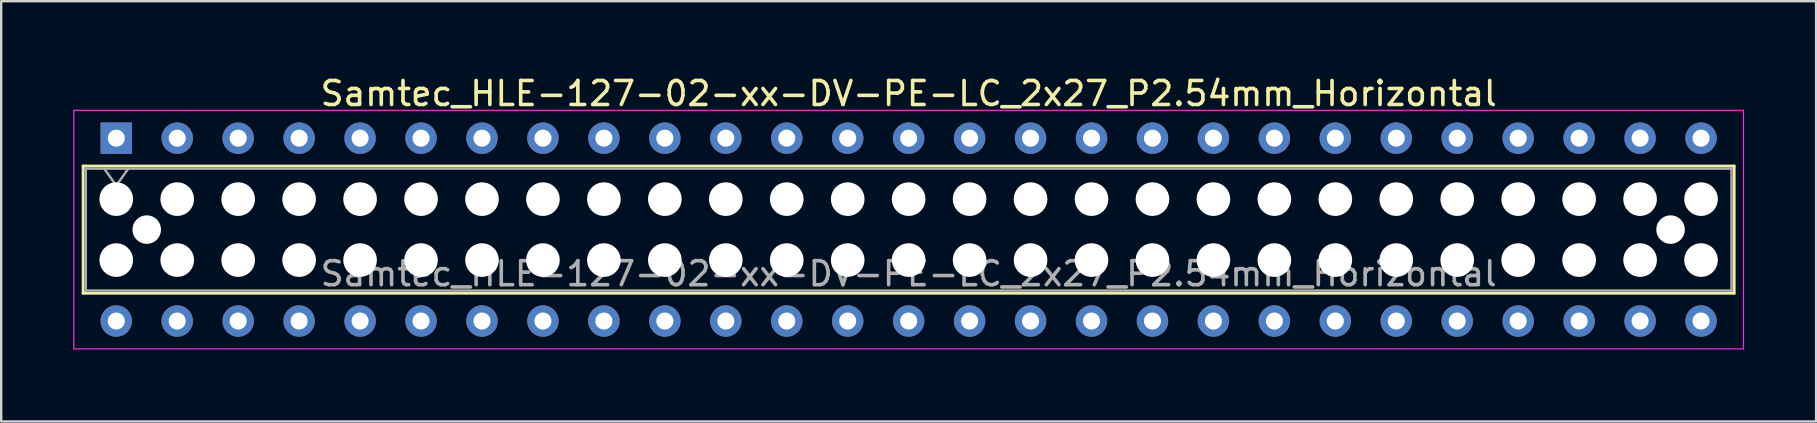
<source format=kicad_pcb>
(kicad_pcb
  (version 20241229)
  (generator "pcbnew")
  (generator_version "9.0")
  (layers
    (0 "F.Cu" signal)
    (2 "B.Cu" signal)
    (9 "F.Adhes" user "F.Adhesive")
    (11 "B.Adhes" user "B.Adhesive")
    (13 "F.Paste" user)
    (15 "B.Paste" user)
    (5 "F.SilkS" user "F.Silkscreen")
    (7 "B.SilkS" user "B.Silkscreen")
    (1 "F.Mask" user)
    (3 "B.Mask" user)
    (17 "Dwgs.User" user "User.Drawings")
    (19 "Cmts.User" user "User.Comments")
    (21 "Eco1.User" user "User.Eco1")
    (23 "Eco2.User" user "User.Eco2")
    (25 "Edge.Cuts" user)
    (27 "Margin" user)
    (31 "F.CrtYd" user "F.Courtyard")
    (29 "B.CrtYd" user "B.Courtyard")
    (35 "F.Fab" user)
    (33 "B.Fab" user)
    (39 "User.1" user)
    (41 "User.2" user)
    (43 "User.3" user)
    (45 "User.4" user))
  (footprint "Samtec_HLE-127-02-xx-DV-PE-LC_2x27_P2.54mm_Horizontal"
    (layer "F.Cu")
    (at 1.795 2.708)
    (property "Reference" "Samtec_HLE-127-02-xx-DV-PE-LC_2x27_P2.54mm_Horizontal" (at 33.02 -1.86 0) (layer "F.SilkS") (effects (font (size 1 1) (thickness 0.15))))
    (attr through_hole)
    (fp_line (start -1.38 1.16) (end 67.42 1.16) (stroke (width 0.12) (type solid)) (layer "F.SilkS"))
    (fp_line (start -1.38 6.46) (end -1.38 1.16) (stroke (width 0.12) (type solid)) (layer "F.SilkS"))
    (fp_line (start 67.42 1.16) (end 67.42 6.46) (stroke (width 0.12) (type solid)) (layer "F.SilkS"))
    (fp_line (start 67.42 6.46) (end -1.38 6.46) (stroke (width 0.12) (type solid)) (layer "F.SilkS"))
    (fp_line (start -1.77 -1.16) (end 67.81 -1.16) (stroke (width 0.05) (type solid)) (layer "F.CrtYd"))
    (fp_line (start -1.77 8.78) (end -1.77 -1.16) (stroke (width 0.05) (type solid)) (layer "F.CrtYd"))
    (fp_line (start 67.81 -1.16) (end 67.81 8.78) (stroke (width 0.05) (type solid)) (layer "F.CrtYd"))
    (fp_line (start 67.81 8.78) (end -1.77 8.78) (stroke (width 0.05) (type solid)) (layer "F.CrtYd"))
    (fp_line (start -1.27 1.27) (end 67.31 1.27) (stroke (width 0.1) (type solid)) (layer "F.Fab"))
    (fp_line (start -1.27 6.35) (end -1.27 1.27) (stroke (width 0.1) (type solid)) (layer "F.Fab"))
    (fp_line (start -0.5 1.27) (end 0 1.977) (stroke (width 0.1) (type solid)) (layer "F.Fab"))
    (fp_line (start 0 1.977) (end 0.5 1.27) (stroke (width 0.1) (type solid)) (layer "F.Fab"))
    (fp_line (start 67.31 1.27) (end 67.31 6.35) (stroke (width 0.1) (type solid)) (layer "F.Fab"))
    (fp_line (start 67.31 6.35) (end -1.27 6.35) (stroke (width 0.1) (type solid)) (layer "F.Fab"))
    (fp_text user "${REFERENCE}" (at 33.02 5.65 0) (layer "F.Fab") (effects (font (size 1 1) (thickness 0.15))))
    (pad "" np_thru_hole circle (at 0 2.54) (size 1.4 1.4) (drill 1.4) (layers "*.Cu" "*.Mask"))
    (pad "" np_thru_hole circle (at 0 5.08) (size 1.4 1.4) (drill 1.4) (layers "*.Cu" "*.Mask"))
    (pad "" np_thru_hole circle (at 1.27 3.81) (size 1.19 1.19) (drill 1.19) (layers "*.Cu" "*.Mask"))
    (pad "" np_thru_hole circle (at 2.54 2.54) (size 1.4 1.4) (drill 1.4) (layers "*.Cu" "*.Mask"))
    (pad "" np_thru_hole circle (at 2.54 5.08) (size 1.4 1.4) (drill 1.4) (layers "*.Cu" "*.Mask"))
    (pad "" np_thru_hole circle (at 5.08 2.54) (size 1.4 1.4) (drill 1.4) (layers "*.Cu" "*.Mask"))
    (pad "" np_thru_hole circle (at 5.08 5.08) (size 1.4 1.4) (drill 1.4) (layers "*.Cu" "*.Mask"))
    (pad "" np_thru_hole circle (at 7.62 2.54) (size 1.4 1.4) (drill 1.4) (layers "*.Cu" "*.Mask"))
    (pad "" np_thru_hole circle (at 7.62 5.08) (size 1.4 1.4) (drill 1.4) (layers "*.Cu" "*.Mask"))
    (pad "" np_thru_hole circle (at 10.16 2.54) (size 1.4 1.4) (drill 1.4) (layers "*.Cu" "*.Mask"))
    (pad "" np_thru_hole circle (at 10.16 5.08) (size 1.4 1.4) (drill 1.4) (layers "*.Cu" "*.Mask"))
    (pad "" np_thru_hole circle (at 12.7 2.54) (size 1.4 1.4) (drill 1.4) (layers "*.Cu" "*.Mask"))
    (pad "" np_thru_hole circle (at 12.7 5.08) (size 1.4 1.4) (drill 1.4) (layers "*.Cu" "*.Mask"))
    (pad "" np_thru_hole circle (at 15.24 2.54) (size 1.4 1.4) (drill 1.4) (layers "*.Cu" "*.Mask"))
    (pad "" np_thru_hole circle (at 15.24 5.08) (size 1.4 1.4) (drill 1.4) (layers "*.Cu" "*.Mask"))
    (pad "" np_thru_hole circle (at 17.78 2.54) (size 1.4 1.4) (drill 1.4) (layers "*.Cu" "*.Mask"))
    (pad "" np_thru_hole circle (at 17.78 5.08) (size 1.4 1.4) (drill 1.4) (layers "*.Cu" "*.Mask"))
    (pad "" np_thru_hole circle (at 20.32 2.54) (size 1.4 1.4) (drill 1.4) (layers "*.Cu" "*.Mask"))
    (pad "" np_thru_hole circle (at 20.32 5.08) (size 1.4 1.4) (drill 1.4) (layers "*.Cu" "*.Mask"))
    (pad "" np_thru_hole circle (at 22.86 2.54) (size 1.4 1.4) (drill 1.4) (layers "*.Cu" "*.Mask"))
    (pad "" np_thru_hole circle (at 22.86 5.08) (size 1.4 1.4) (drill 1.4) (layers "*.Cu" "*.Mask"))
    (pad "" np_thru_hole circle (at 25.4 2.54) (size 1.4 1.4) (drill 1.4) (layers "*.Cu" "*.Mask"))
    (pad "" np_thru_hole circle (at 25.4 5.08) (size 1.4 1.4) (drill 1.4) (layers "*.Cu" "*.Mask"))
    (pad "" np_thru_hole circle (at 27.94 2.54) (size 1.4 1.4) (drill 1.4) (layers "*.Cu" "*.Mask"))
    (pad "" np_thru_hole circle (at 27.94 5.08) (size 1.4 1.4) (drill 1.4) (layers "*.Cu" "*.Mask"))
    (pad "" np_thru_hole circle (at 30.48 2.54) (size 1.4 1.4) (drill 1.4) (layers "*.Cu" "*.Mask"))
    (pad "" np_thru_hole circle (at 30.48 5.08) (size 1.4 1.4) (drill 1.4) (layers "*.Cu" "*.Mask"))
    (pad "" np_thru_hole circle (at 33.02 2.54) (size 1.4 1.4) (drill 1.4) (layers "*.Cu" "*.Mask"))
    (pad "" np_thru_hole circle (at 33.02 5.08) (size 1.4 1.4) (drill 1.4) (layers "*.Cu" "*.Mask"))
    (pad "" np_thru_hole circle (at 35.56 2.54) (size 1.4 1.4) (drill 1.4) (layers "*.Cu" "*.Mask"))
    (pad "" np_thru_hole circle (at 35.56 5.08) (size 1.4 1.4) (drill 1.4) (layers "*.Cu" "*.Mask"))
    (pad "" np_thru_hole circle (at 38.1 2.54) (size 1.4 1.4) (drill 1.4) (layers "*.Cu" "*.Mask"))
    (pad "" np_thru_hole circle (at 38.1 5.08) (size 1.4 1.4) (drill 1.4) (layers "*.Cu" "*.Mask"))
    (pad "" np_thru_hole circle (at 40.64 2.54) (size 1.4 1.4) (drill 1.4) (layers "*.Cu" "*.Mask"))
    (pad "" np_thru_hole circle (at 40.64 5.08) (size 1.4 1.4) (drill 1.4) (layers "*.Cu" "*.Mask"))
    (pad "" np_thru_hole circle (at 43.18 2.54) (size 1.4 1.4) (drill 1.4) (layers "*.Cu" "*.Mask"))
    (pad "" np_thru_hole circle (at 43.18 5.08) (size 1.4 1.4) (drill 1.4) (layers "*.Cu" "*.Mask"))
    (pad "" np_thru_hole circle (at 45.72 2.54) (size 1.4 1.4) (drill 1.4) (layers "*.Cu" "*.Mask"))
    (pad "" np_thru_hole circle (at 45.72 5.08) (size 1.4 1.4) (drill 1.4) (layers "*.Cu" "*.Mask"))
    (pad "" np_thru_hole circle (at 48.26 2.54) (size 1.4 1.4) (drill 1.4) (layers "*.Cu" "*.Mask"))
    (pad "" np_thru_hole circle (at 48.26 5.08) (size 1.4 1.4) (drill 1.4) (layers "*.Cu" "*.Mask"))
    (pad "" np_thru_hole circle (at 50.8 2.54) (size 1.4 1.4) (drill 1.4) (layers "*.Cu" "*.Mask"))
    (pad "" np_thru_hole circle (at 50.8 5.08) (size 1.4 1.4) (drill 1.4) (layers "*.Cu" "*.Mask"))
    (pad "" np_thru_hole circle (at 53.34 2.54) (size 1.4 1.4) (drill 1.4) (layers "*.Cu" "*.Mask"))
    (pad "" np_thru_hole circle (at 53.34 5.08) (size 1.4 1.4) (drill 1.4) (layers "*.Cu" "*.Mask"))
    (pad "" np_thru_hole circle (at 55.88 2.54) (size 1.4 1.4) (drill 1.4) (layers "*.Cu" "*.Mask"))
    (pad "" np_thru_hole circle (at 55.88 5.08) (size 1.4 1.4) (drill 1.4) (layers "*.Cu" "*.Mask"))
    (pad "" np_thru_hole circle (at 58.42 2.54) (size 1.4 1.4) (drill 1.4) (layers "*.Cu" "*.Mask"))
    (pad "" np_thru_hole circle (at 58.42 5.08) (size 1.4 1.4) (drill 1.4) (layers "*.Cu" "*.Mask"))
    (pad "" np_thru_hole circle (at 60.96 2.54) (size 1.4 1.4) (drill 1.4) (layers "*.Cu" "*.Mask"))
    (pad "" np_thru_hole circle (at 60.96 5.08) (size 1.4 1.4) (drill 1.4) (layers "*.Cu" "*.Mask"))
    (pad "" np_thru_hole circle (at 63.5 2.54) (size 1.4 1.4) (drill 1.4) (layers "*.Cu" "*.Mask"))
    (pad "" np_thru_hole circle (at 63.5 5.08) (size 1.4 1.4) (drill 1.4) (layers "*.Cu" "*.Mask"))
    (pad "" np_thru_hole circle (at 64.77 3.81) (size 1.19 1.19) (drill 1.19) (layers "*.Cu" "*.Mask"))
    (pad "" np_thru_hole circle (at 66.04 2.54) (size 1.4 1.4) (drill 1.4) (layers "*.Cu" "*.Mask"))
    (pad "" np_thru_hole circle (at 66.04 5.08) (size 1.4 1.4) (drill 1.4) (layers "*.Cu" "*.Mask"))
    (pad "1" thru_hole rect (at 0 0) (size 1.31 1.31) (drill 0.71) (layers "*.Cu" "*.Mask"))
    (pad "2" thru_hole circle (at 0 7.62) (size 1.31 1.31) (drill 0.71) (layers "*.Cu" "*.Mask"))
    (pad "3" thru_hole circle (at 2.54 0) (size 1.31 1.31) (drill 0.71) (layers "*.Cu" "*.Mask"))
    (pad "4" thru_hole circle (at 2.54 7.62) (size 1.31 1.31) (drill 0.71) (layers "*.Cu" "*.Mask"))
    (pad "5" thru_hole circle (at 5.08 0) (size 1.31 1.31) (drill 0.71) (layers "*.Cu" "*.Mask"))
    (pad "6" thru_hole circle (at 5.08 7.62) (size 1.31 1.31) (drill 0.71) (layers "*.Cu" "*.Mask"))
    (pad "7" thru_hole circle (at 7.62 0) (size 1.31 1.31) (drill 0.71) (layers "*.Cu" "*.Mask"))
    (pad "8" thru_hole circle (at 7.62 7.62) (size 1.31 1.31) (drill 0.71) (layers "*.Cu" "*.Mask"))
    (pad "9" thru_hole circle (at 10.16 0) (size 1.31 1.31) (drill 0.71) (layers "*.Cu" "*.Mask"))
    (pad "10" thru_hole circle (at 10.16 7.62) (size 1.31 1.31) (drill 0.71) (layers "*.Cu" "*.Mask"))
    (pad "11" thru_hole circle (at 12.7 0) (size 1.31 1.31) (drill 0.71) (layers "*.Cu" "*.Mask"))
    (pad "12" thru_hole circle (at 12.7 7.62) (size 1.31 1.31) (drill 0.71) (layers "*.Cu" "*.Mask"))
    (pad "13" thru_hole circle (at 15.24 0) (size 1.31 1.31) (drill 0.71) (layers "*.Cu" "*.Mask"))
    (pad "14" thru_hole circle (at 15.24 7.62) (size 1.31 1.31) (drill 0.71) (layers "*.Cu" "*.Mask"))
    (pad "15" thru_hole circle (at 17.78 0) (size 1.31 1.31) (drill 0.71) (layers "*.Cu" "*.Mask"))
    (pad "16" thru_hole circle (at 17.78 7.62) (size 1.31 1.31) (drill 0.71) (layers "*.Cu" "*.Mask"))
    (pad "17" thru_hole circle (at 20.32 0) (size 1.31 1.31) (drill 0.71) (layers "*.Cu" "*.Mask"))
    (pad "18" thru_hole circle (at 20.32 7.62) (size 1.31 1.31) (drill 0.71) (layers "*.Cu" "*.Mask"))
    (pad "19" thru_hole circle (at 22.86 0) (size 1.31 1.31) (drill 0.71) (layers "*.Cu" "*.Mask"))
    (pad "20" thru_hole circle (at 22.86 7.62) (size 1.31 1.31) (drill 0.71) (layers "*.Cu" "*.Mask"))
    (pad "21" thru_hole circle (at 25.4 0) (size 1.31 1.31) (drill 0.71) (layers "*.Cu" "*.Mask"))
    (pad "22" thru_hole circle (at 25.4 7.62) (size 1.31 1.31) (drill 0.71) (layers "*.Cu" "*.Mask"))
    (pad "23" thru_hole circle (at 27.94 0) (size 1.31 1.31) (drill 0.71) (layers "*.Cu" "*.Mask"))
    (pad "24" thru_hole circle (at 27.94 7.62) (size 1.31 1.31) (drill 0.71) (layers "*.Cu" "*.Mask"))
    (pad "25" thru_hole circle (at 30.48 0) (size 1.31 1.31) (drill 0.71) (layers "*.Cu" "*.Mask"))
    (pad "26" thru_hole circle (at 30.48 7.62) (size 1.31 1.31) (drill 0.71) (layers "*.Cu" "*.Mask"))
    (pad "27" thru_hole circle (at 33.02 0) (size 1.31 1.31) (drill 0.71) (layers "*.Cu" "*.Mask"))
    (pad "28" thru_hole circle (at 33.02 7.62) (size 1.31 1.31) (drill 0.71) (layers "*.Cu" "*.Mask"))
    (pad "29" thru_hole circle (at 35.56 0) (size 1.31 1.31) (drill 0.71) (layers "*.Cu" "*.Mask"))
    (pad "30" thru_hole circle (at 35.56 7.62) (size 1.31 1.31) (drill 0.71) (layers "*.Cu" "*.Mask"))
    (pad "31" thru_hole circle (at 38.1 0) (size 1.31 1.31) (drill 0.71) (layers "*.Cu" "*.Mask"))
    (pad "32" thru_hole circle (at 38.1 7.62) (size 1.31 1.31) (drill 0.71) (layers "*.Cu" "*.Mask"))
    (pad "33" thru_hole circle (at 40.64 0) (size 1.31 1.31) (drill 0.71) (layers "*.Cu" "*.Mask"))
    (pad "34" thru_hole circle (at 40.64 7.62) (size 1.31 1.31) (drill 0.71) (layers "*.Cu" "*.Mask"))
    (pad "35" thru_hole circle (at 43.18 0) (size 1.31 1.31) (drill 0.71) (layers "*.Cu" "*.Mask"))
    (pad "36" thru_hole circle (at 43.18 7.62) (size 1.31 1.31) (drill 0.71) (layers "*.Cu" "*.Mask"))
    (pad "37" thru_hole circle (at 45.72 0) (size 1.31 1.31) (drill 0.71) (layers "*.Cu" "*.Mask"))
    (pad "38" thru_hole circle (at 45.72 7.62) (size 1.31 1.31) (drill 0.71) (layers "*.Cu" "*.Mask"))
    (pad "39" thru_hole circle (at 48.26 0) (size 1.31 1.31) (drill 0.71) (layers "*.Cu" "*.Mask"))
    (pad "40" thru_hole circle (at 48.26 7.62) (size 1.31 1.31) (drill 0.71) (layers "*.Cu" "*.Mask"))
    (pad "41" thru_hole circle (at 50.8 0) (size 1.31 1.31) (drill 0.71) (layers "*.Cu" "*.Mask"))
    (pad "42" thru_hole circle (at 50.8 7.62) (size 1.31 1.31) (drill 0.71) (layers "*.Cu" "*.Mask"))
    (pad "43" thru_hole circle (at 53.34 0) (size 1.31 1.31) (drill 0.71) (layers "*.Cu" "*.Mask"))
    (pad "44" thru_hole circle (at 53.34 7.62) (size 1.31 1.31) (drill 0.71) (layers "*.Cu" "*.Mask"))
    (pad "45" thru_hole circle (at 55.88 0) (size 1.31 1.31) (drill 0.71) (layers "*.Cu" "*.Mask"))
    (pad "46" thru_hole circle (at 55.88 7.62) (size 1.31 1.31) (drill 0.71) (layers "*.Cu" "*.Mask"))
    (pad "47" thru_hole circle (at 58.42 0) (size 1.31 1.31) (drill 0.71) (layers "*.Cu" "*.Mask"))
    (pad "48" thru_hole circle (at 58.42 7.62) (size 1.31 1.31) (drill 0.71) (layers "*.Cu" "*.Mask"))
    (pad "49" thru_hole circle (at 60.96 0) (size 1.31 1.31) (drill 0.71) (layers "*.Cu" "*.Mask"))
    (pad "50" thru_hole circle (at 60.96 7.62) (size 1.31 1.31) (drill 0.71) (layers "*.Cu" "*.Mask"))
    (pad "51" thru_hole circle (at 63.5 0) (size 1.31 1.31) (drill 0.71) (layers "*.Cu" "*.Mask"))
    (pad "52" thru_hole circle (at 63.5 7.62) (size 1.31 1.31) (drill 0.71) (layers "*.Cu" "*.Mask"))
    (pad "53" thru_hole circle (at 66.04 0) (size 1.31 1.31) (drill 0.71) (layers "*.Cu" "*.Mask"))
    (pad "54" thru_hole circle (at 66.04 7.62) (size 1.31 1.31) (drill 0.71) (layers "*.Cu" "*.Mask")))
  (gr_rect
    (start -3 -3)
    (end 72.63 14.513)
    (stroke (width 0.1) (type default))
    (fill no)
    (layer "Edge.Cuts")))
</source>
